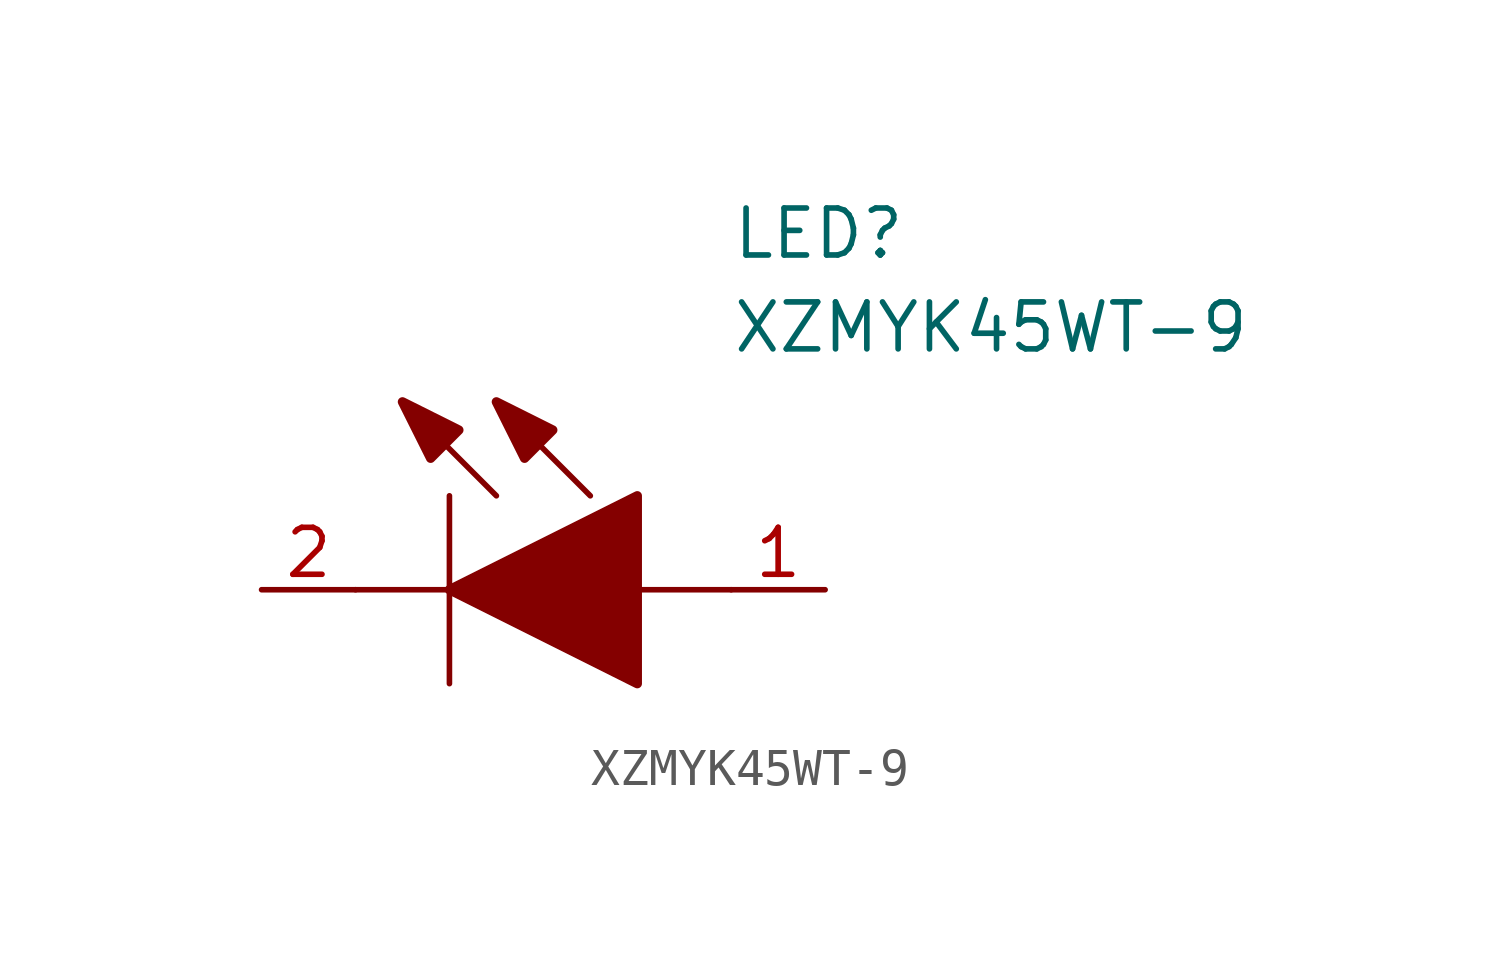
<source format=kicad_sym>
(kicad_symbol_lib
  (version 20211014)
  (generator kicad_symbol_editor)
  (symbol "XZMYK45WT-9"
    (pin_names
      (offset 0.762))
    (property "Reference" "LED"
      (at 12.7 8.89 0)
      (effects (font (size 1.27 1.27)) (justify left bottom)))
    (property "Value" "XZMYK45WT-9"
      (at 12.7 6.35 0)
      (effects (font (size 1.27 1.27)) (justify left bottom)))
    (symbol "XZMYK45WT-9_0_0"
      (pin passive line (at 15.24 0 180) (length 2.54) (name "~" (effects (font (size 1.27 1.27)))) (number "1" (effects (font (size 1.27 1.27)))))
      (pin passive line (at 0 0 0) (length 2.54) (name "~" (effects (font (size 1.27 1.27)))) (number "2" (effects (font (size 1.27 1.27))))))
    (symbol "XZMYK45WT-9_0_1"
      (polyline (pts (xy 2.54 0) (xy 5.08 0)) (stroke (width 0.152) (type default) (color 0 0 0 0)) (fill (type none)))
      (polyline (pts (xy 5.08 2.54) (xy 5.08 -2.54)) (stroke (width 0.152) (type default) (color 0 0 0 0)) (fill (type none)))
      (polyline (pts (xy 6.35 2.54) (xy 3.81 5.08)) (stroke (width 0.152) (type default) (color 0 0 0 0)) (fill (type none)))
      (polyline (pts (xy 8.89 2.54) (xy 6.35 5.08)) (stroke (width 0.152) (type default) (color 0 0 0 0)) (fill (type none)))
      (polyline (pts (xy 10.16 0) (xy 12.7 0)) (stroke (width 0.152) (type default) (color 0 0 0 0)) (fill (type none)))
      (polyline (pts (xy 5.08 0) (xy 10.16 2.54) (xy 10.16 -2.54) (xy 5.08 0)) (stroke (width 0.254) (type default) (color 0 0 0 0)) (fill (type outline)))
      (polyline (pts (xy 5.334 4.318) (xy 4.572 3.556) (xy 3.81 5.08) (xy 5.334 4.318)) (stroke (width 0.254) (type default) (color 0 0 0 0)) (fill (type outline)))
      (polyline (pts (xy 7.874 4.318) (xy 7.112 3.556) (xy 6.35 5.08) (xy 7.874 4.318)) (stroke (width 0.254) (type default) (color 0 0 0 0)) (fill (type outline))))))
</source>
